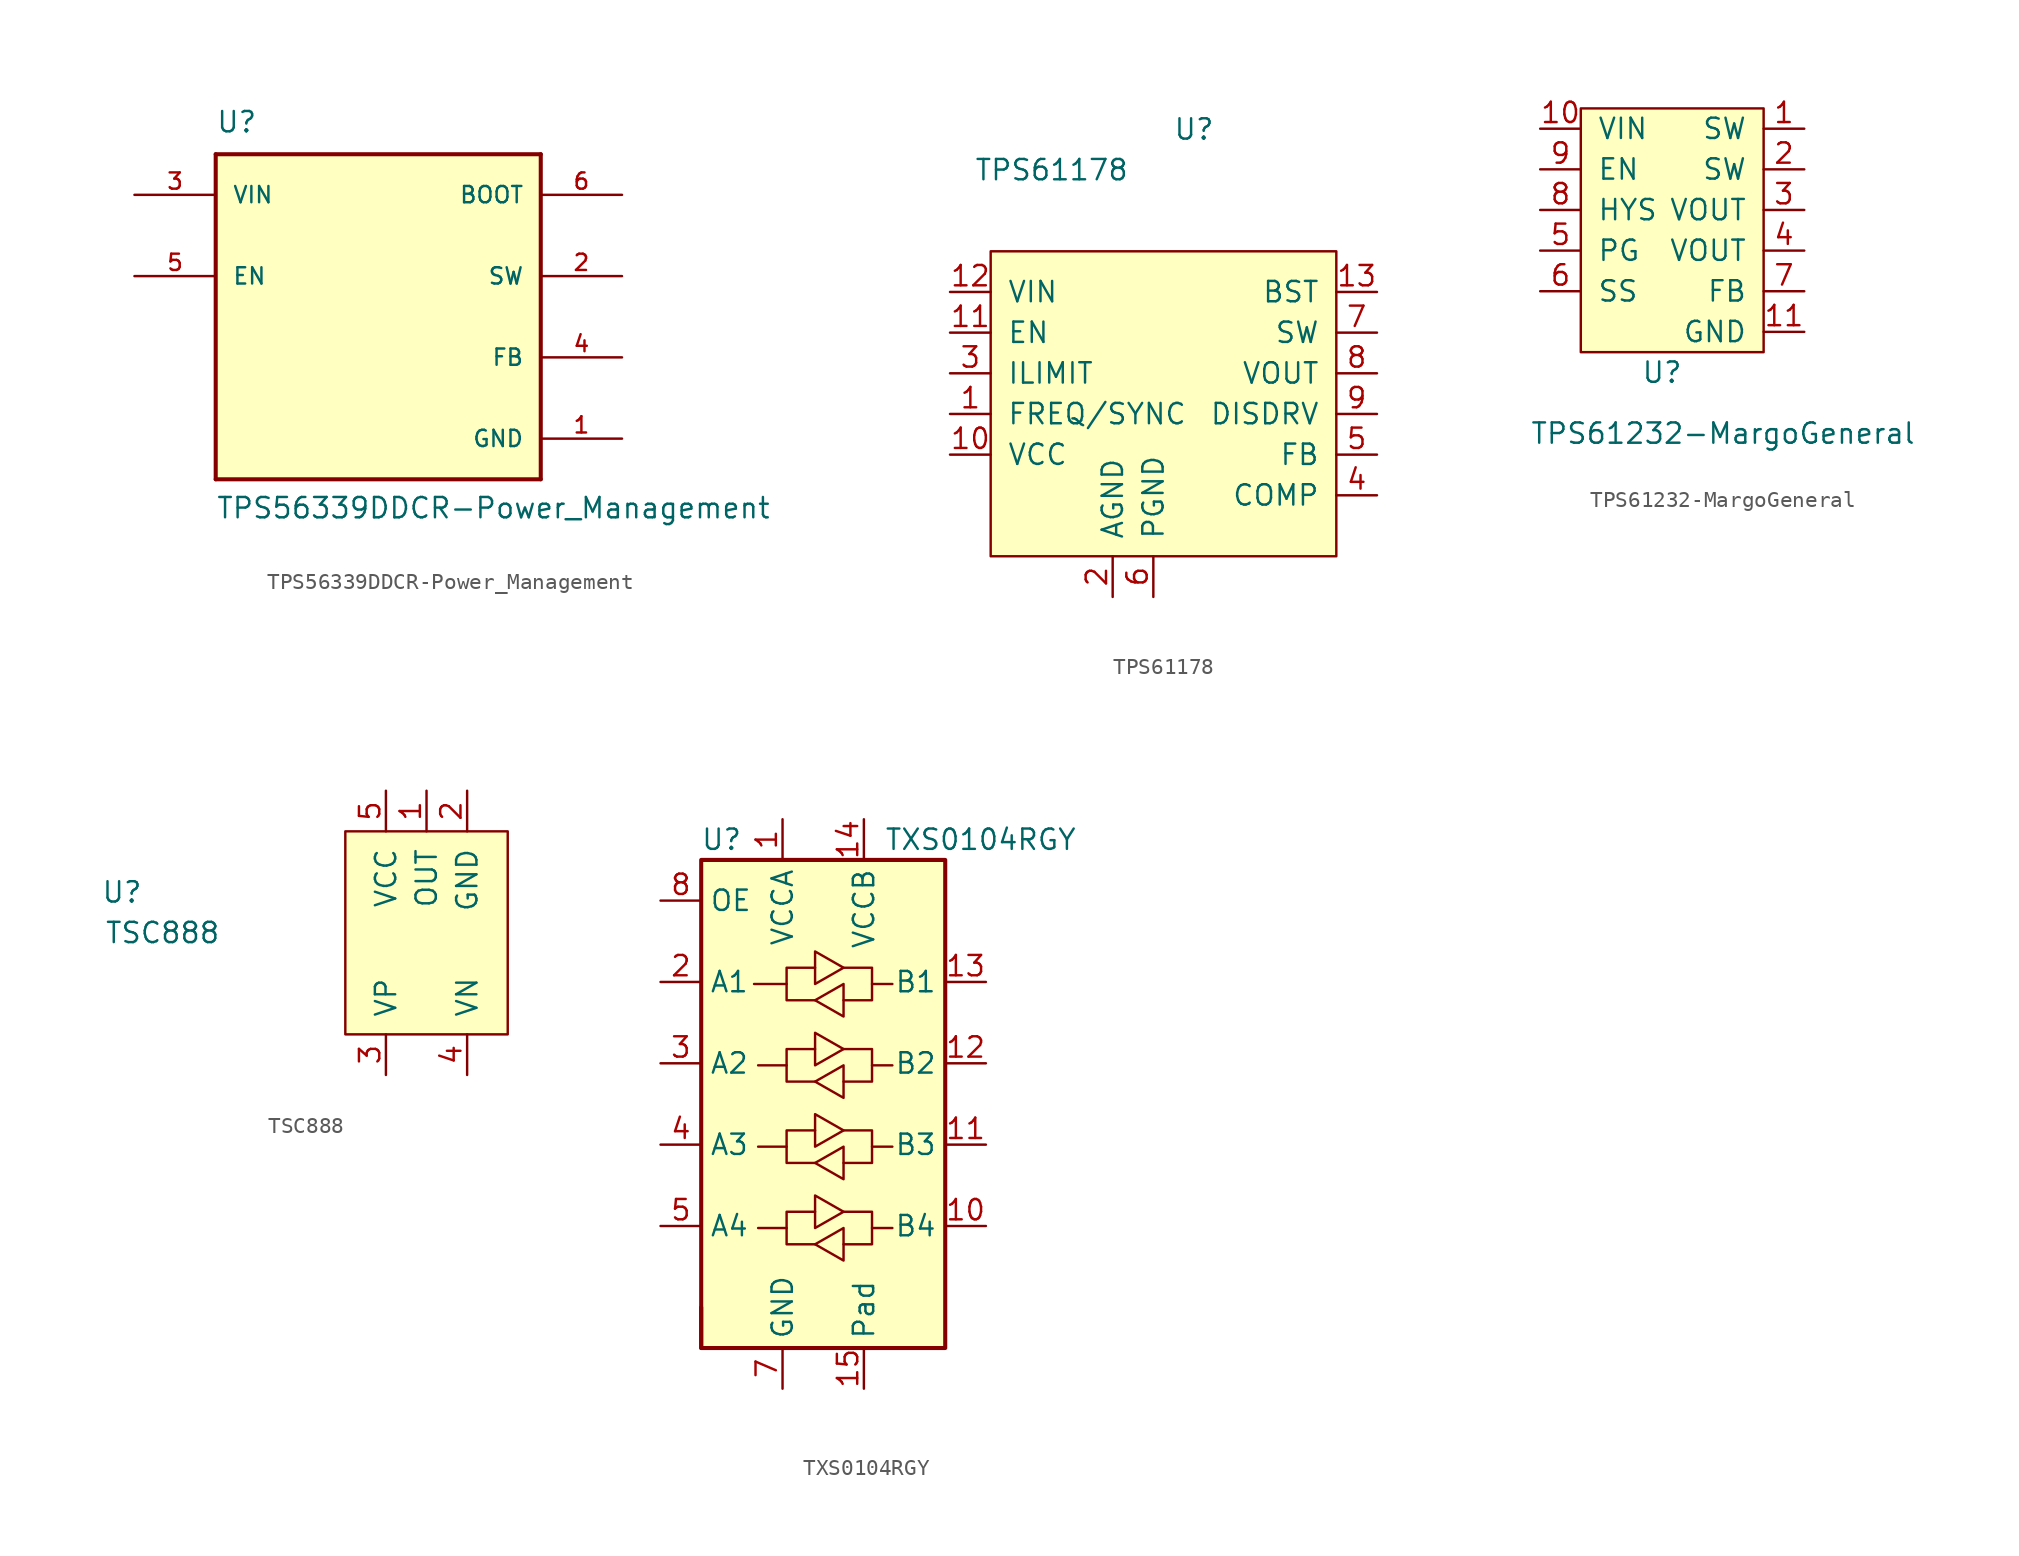
<source format=kicad_sym>
(kicad_symbol_lib
  (version 20211014)
  (generator kicad_symbol_editor)
  (symbol "TPS56339DDCR-Power_Management"
    (pin_names
      (offset 1.016))
    (property "Reference" "U"
      (at -10.16 11.43 0)
      (effects (font (size 1.27 1.27)) (justify left bottom)))
    (property "Value" "TPS56339DDCR-Power_Management"
      (at -10.16 -12.7 0)
      (effects (font (size 1.27 1.27)) (justify left bottom)))
    (symbol "TPS56339DDCR-Power_Management_0_0"
      (polyline (pts (xy -10.16 -10.16) (xy -10.16 10.16)) (stroke (width 0.254) (type default) (color 0 0 0 0)) (fill (type none)))
      (polyline (pts (xy -10.16 10.16) (xy 10.16 10.16)) (stroke (width 0.254) (type default) (color 0 0 0 0)) (fill (type none)))
      (polyline (pts (xy 10.16 -10.16) (xy -10.16 -10.16)) (stroke (width 0.254) (type default) (color 0 0 0 0)) (fill (type none)))
      (polyline (pts (xy 10.16 10.16) (xy 10.16 -10.16)) (stroke (width 0.254) (type default) (color 0 0 0 0)) (fill (type none)))
      (pin power_in line (at 15.24 -7.62 180) (length 5.08) (name "GND" (effects (font (size 1.016 1.016)))) (number "1" (effects (font (size 1.016 1.016)))))
      (pin output line (at 15.24 2.54 180) (length 5.08) (name "SW" (effects (font (size 1.016 1.016)))) (number "2" (effects (font (size 1.016 1.016)))))
      (pin input line (at -15.24 7.62 0) (length 5.08) (name "VIN" (effects (font (size 1.016 1.016)))) (number "3" (effects (font (size 1.016 1.016)))))
      (pin input line (at 15.24 -2.54 180) (length 5.08) (name "FB" (effects (font (size 1.016 1.016)))) (number "4" (effects (font (size 1.016 1.016)))))
      (pin input line (at -15.24 2.54 0) (length 5.08) (name "EN" (effects (font (size 1.016 1.016)))) (number "5" (effects (font (size 1.016 1.016)))))
      (pin output line (at 15.24 7.62 180) (length 5.08) (name "BOOT" (effects (font (size 1.016 1.016)))) (number "6" (effects (font (size 1.016 1.016))))))
    (symbol "TPS56339DDCR-Power_Management_1_1"
      (rectangle (start -10.16 -10.16) (end 10.16 10.16) (stroke (width 0) (type default) (color 0 0 0 0)) (fill (type background)))))
  (symbol "TPS61178"
    (pin_names
      (offset 1.016))
    (property "Reference" "U"
      (at 12.7 26.67 0)
      (effects (font (size 1.27 1.27))))
    (property "Value" "TPS61178"
      (at 3.81 24.13 0)
      (effects (font (size 1.27 1.27))))
    (symbol "TPS61178_0_1"
      (rectangle (start 0 0) (end 21.59 19.05) (stroke (width 0) (type default) (color 0 0 0 0)) (fill (type background))))
    (symbol "TPS61178_1_1"
      (pin input line (at -2.54 8.89 0) (length 2.54) (name "FREQ/SYNC" (effects (font (size 1.27 1.27)))) (number "1" (effects (font (size 1.27 1.27)))))
      (pin input line (at -2.54 6.35 0) (length 2.54) (name "VCC" (effects (font (size 1.27 1.27)))) (number "10" (effects (font (size 1.27 1.27)))))
      (pin input line (at -2.54 13.97 0) (length 2.54) (name "EN" (effects (font (size 1.27 1.27)))) (number "11" (effects (font (size 1.27 1.27)))))
      (pin input line (at -2.54 16.51 0) (length 2.54) (name "VIN" (effects (font (size 1.27 1.27)))) (number "12" (effects (font (size 1.27 1.27)))))
      (pin input line (at 24.13 16.51 180) (length 2.54) (name "BST" (effects (font (size 1.27 1.27)))) (number "13" (effects (font (size 1.27 1.27)))))
      (pin input line (at 7.62 -2.54 90) (length 2.54) (name "AGND" (effects (font (size 1.27 1.27)))) (number "2" (effects (font (size 1.27 1.27)))))
      (pin input line (at -2.54 11.43 0) (length 2.54) (name "ILIMIT" (effects (font (size 1.27 1.27)))) (number "3" (effects (font (size 1.27 1.27)))))
      (pin input line (at 24.13 3.81 180) (length 2.54) (name "COMP" (effects (font (size 1.27 1.27)))) (number "4" (effects (font (size 1.27 1.27)))))
      (pin input line (at 24.13 6.35 180) (length 2.54) (name "FB" (effects (font (size 1.27 1.27)))) (number "5" (effects (font (size 1.27 1.27)))))
      (pin input line (at 10.16 -2.54 90) (length 2.54) (name "PGND" (effects (font (size 1.27 1.27)))) (number "6" (effects (font (size 1.27 1.27)))))
      (pin input line (at 24.13 13.97 180) (length 2.54) (name "SW" (effects (font (size 1.27 1.27)))) (number "7" (effects (font (size 1.27 1.27)))))
      (pin input line (at 24.13 11.43 180) (length 2.54) (name "VOUT" (effects (font (size 1.27 1.27)))) (number "8" (effects (font (size 1.27 1.27)))))
      (pin input line (at 24.13 8.89 180) (length 2.54) (name "DISDRV" (effects (font (size 1.27 1.27)))) (number "9" (effects (font (size 1.27 1.27)))))))
  (symbol "TPS61232-MargoGeneral"
    (pin_names
      (offset 1.016))
    (property "Reference" "U"
      (at 5.08 -1.27 0)
      (effects (font (size 1.27 1.27))))
    (property "Value" "TPS61232-MargoGeneral"
      (at 8.89 -5.08 0)
      (effects (font (size 1.27 1.27))))
    (symbol "TPS61232-MargoGeneral_0_1"
      (rectangle (start 0 0) (end 11.43 15.24) (stroke (width 0) (type default) (color 0 0 0 0)) (fill (type background))))
    (symbol "TPS61232-MargoGeneral_1_1"
      (pin input line (at 13.97 13.97 180) (length 2.54) (name "SW" (effects (font (size 1.27 1.27)))) (number "1" (effects (font (size 1.27 1.27)))))
      (pin input line (at -2.54 13.97 0) (length 2.54) (name "VIN" (effects (font (size 1.27 1.27)))) (number "10" (effects (font (size 1.27 1.27)))))
      (pin input line (at 13.97 1.27 180) (length 2.54) (name "GND" (effects (font (size 1.27 1.27)))) (number "11" (effects (font (size 1.27 1.27)))))
      (pin input line (at 13.97 11.43 180) (length 2.54) (name "SW" (effects (font (size 1.27 1.27)))) (number "2" (effects (font (size 1.27 1.27)))))
      (pin input line (at 13.97 8.89 180) (length 2.54) (name "VOUT" (effects (font (size 1.27 1.27)))) (number "3" (effects (font (size 1.27 1.27)))))
      (pin input line (at 13.97 6.35 180) (length 2.54) (name "VOUT" (effects (font (size 1.27 1.27)))) (number "4" (effects (font (size 1.27 1.27)))))
      (pin input line (at -2.54 6.35 0) (length 2.54) (name "PG" (effects (font (size 1.27 1.27)))) (number "5" (effects (font (size 1.27 1.27)))))
      (pin input line (at -2.54 3.81 0) (length 2.54) (name "SS" (effects (font (size 1.27 1.27)))) (number "6" (effects (font (size 1.27 1.27)))))
      (pin input line (at 13.97 3.81 180) (length 2.54) (name "FB" (effects (font (size 1.27 1.27)))) (number "7" (effects (font (size 1.27 1.27)))))
      (pin input line (at -2.54 8.89 0) (length 2.54) (name "HYS" (effects (font (size 1.27 1.27)))) (number "8" (effects (font (size 1.27 1.27)))))
      (pin input line (at -2.54 11.43 0) (length 2.54) (name "EN" (effects (font (size 1.27 1.27)))) (number "9" (effects (font (size 1.27 1.27)))))))
  (symbol "TSC888"
    (pin_names
      (offset 1.016))
    (property "Reference" "U"
      (at -13.97 8.89 0)
      (effects (font (size 1.27 1.27))))
    (property "Value" "TSC888"
      (at -11.43 6.35 0)
      (effects (font (size 1.27 1.27))))
    (symbol "TSC888_0_1"
      (rectangle (start 0 0) (end 10.16 12.7) (stroke (width 0) (type default) (color 0 0 0 0)) (fill (type background))))
    (symbol "TSC888_1_1"
      (pin input line (at 5.08 15.24 270) (length 2.54) (name "OUT" (effects (font (size 1.27 1.27)))) (number "1" (effects (font (size 1.27 1.27)))))
      (pin input line (at 7.62 15.24 270) (length 2.54) (name "GND" (effects (font (size 1.27 1.27)))) (number "2" (effects (font (size 1.27 1.27)))))
      (pin input line (at 2.54 -2.54 90) (length 2.54) (name "VP" (effects (font (size 1.27 1.27)))) (number "3" (effects (font (size 1.27 1.27)))))
      (pin input line (at 7.62 -2.54 90) (length 2.54) (name "VN" (effects (font (size 1.27 1.27)))) (number "4" (effects (font (size 1.27 1.27)))))
      (pin input line (at 2.54 15.24 270) (length 2.54) (name "VCC" (effects (font (size 1.27 1.27)))) (number "5" (effects (font (size 1.27 1.27)))))))
  (symbol "TXS0104RGY"
    (property "Reference" "U"
      (at -6.35 16.51 0)
      (effects (font (size 1.27 1.27))))
    (property "Value" "TXS0104RGY"
      (at 3.81 16.51 0)
      (effects (font (size 1.27 1.27)) (justify left)))
    (symbol "TXS0104RGY_0_1"
      (rectangle (start -7.62 -15.24) (end -7.62 -12.7) (stroke (width 0.254) (type default) (color 0 0 0 0)) (fill (type none)))
      (rectangle (start -7.62 15.24) (end 7.62 -15.24) (stroke (width 0.254) (type default) (color 0 0 0 0)) (fill (type background)))
      (polyline (pts (xy -2.286 -7.747) (xy -2.286 -6.731) (xy -0.508 -6.731)) (stroke (width 0) (type default) (color 0 0 0 0)) (fill (type none)))
      (polyline (pts (xy -2.286 -2.667) (xy -2.286 -1.651) (xy -0.508 -1.651)) (stroke (width 0) (type default) (color 0 0 0 0)) (fill (type none)))
      (polyline (pts (xy -2.286 2.413) (xy -2.286 3.429) (xy -0.508 3.429)) (stroke (width 0) (type default) (color 0 0 0 0)) (fill (type none)))
      (polyline (pts (xy -2.286 7.493) (xy -2.286 8.509) (xy -0.508 8.509)) (stroke (width 0) (type default) (color 0 0 0 0)) (fill (type none)))
      (polyline (pts (xy 3.048 -7.747) (xy 3.048 -8.763) (xy 1.27 -8.763)) (stroke (width 0) (type default) (color 0 0 0 0)) (fill (type none)))
      (polyline (pts (xy 3.048 -2.667) (xy 3.048 -3.683) (xy 1.27 -3.683)) (stroke (width 0) (type default) (color 0 0 0 0)) (fill (type none)))
      (polyline (pts (xy 3.048 2.413) (xy 3.048 1.397) (xy 1.27 1.397)) (stroke (width 0) (type default) (color 0 0 0 0)) (fill (type none)))
      (polyline (pts (xy 3.048 7.493) (xy 3.048 6.477) (xy 1.27 6.477)) (stroke (width 0) (type default) (color 0 0 0 0)) (fill (type none)))
      (polyline (pts (xy -0.508 -8.763) (xy -2.286 -8.763) (xy -2.286 -7.747) (xy -4.064 -7.747)) (stroke (width 0) (type default) (color 0 0 0 0)) (fill (type none)))
      (polyline (pts (xy -0.508 -8.763) (xy 1.27 -7.747) (xy 1.27 -9.779) (xy -0.508 -8.763)) (stroke (width 0) (type default) (color 0 0 0 0)) (fill (type none)))
      (polyline (pts (xy -0.508 -3.683) (xy -2.286 -3.683) (xy -2.286 -2.667) (xy -4.064 -2.667)) (stroke (width 0) (type default) (color 0 0 0 0)) (fill (type none)))
      (polyline (pts (xy -0.508 -3.683) (xy 1.27 -2.667) (xy 1.27 -4.699) (xy -0.508 -3.683)) (stroke (width 0) (type default) (color 0 0 0 0)) (fill (type none)))
      (polyline (pts (xy -0.508 1.397) (xy -2.286 1.397) (xy -2.286 2.413) (xy -4.064 2.413)) (stroke (width 0) (type default) (color 0 0 0 0)) (fill (type none)))
      (polyline (pts (xy -0.508 1.397) (xy 1.27 2.413) (xy 1.27 0.381) (xy -0.508 1.397)) (stroke (width 0) (type default) (color 0 0 0 0)) (fill (type none)))
      (polyline (pts (xy -0.508 6.477) (xy -2.286 6.477) (xy -2.286 7.493) (xy -4.318 7.493)) (stroke (width 0) (type default) (color 0 0 0 0)) (fill (type none)))
      (polyline (pts (xy -0.508 6.477) (xy 1.27 7.493) (xy 1.27 5.461) (xy -0.508 6.477)) (stroke (width 0) (type default) (color 0 0 0 0)) (fill (type none)))
      (polyline (pts (xy 1.27 -6.731) (xy -0.508 -7.747) (xy -0.508 -5.715) (xy 1.27 -6.731)) (stroke (width 0) (type default) (color 0 0 0 0)) (fill (type none)))
      (polyline (pts (xy 1.27 -6.731) (xy 3.048 -6.731) (xy 3.048 -7.747) (xy 4.318 -7.747)) (stroke (width 0) (type default) (color 0 0 0 0)) (fill (type none)))
      (polyline (pts (xy 1.27 -1.651) (xy -0.508 -2.667) (xy -0.508 -0.635) (xy 1.27 -1.651)) (stroke (width 0) (type default) (color 0 0 0 0)) (fill (type none)))
      (polyline (pts (xy 1.27 -1.651) (xy 3.048 -1.651) (xy 3.048 -2.667) (xy 4.318 -2.667)) (stroke (width 0) (type default) (color 0 0 0 0)) (fill (type none)))
      (polyline (pts (xy 1.27 3.429) (xy -0.508 2.413) (xy -0.508 4.445) (xy 1.27 3.429)) (stroke (width 0) (type default) (color 0 0 0 0)) (fill (type none)))
      (polyline (pts (xy 1.27 3.429) (xy 3.048 3.429) (xy 3.048 2.413) (xy 4.318 2.413)) (stroke (width 0) (type default) (color 0 0 0 0)) (fill (type none)))
      (polyline (pts (xy 1.27 8.509) (xy -0.508 7.493) (xy -0.508 9.525) (xy 1.27 8.509)) (stroke (width 0) (type default) (color 0 0 0 0)) (fill (type none)))
      (polyline (pts (xy 1.27 8.509) (xy 3.048 8.509) (xy 3.048 7.493) (xy 4.318 7.493)) (stroke (width 0) (type default) (color 0 0 0 0)) (fill (type none))))
    (symbol "TXS0104RGY_1_1"
      (pin power_in line (at -2.54 17.78 270) (length 2.54) (name "VCCA" (effects (font (size 1.27 1.27)))) (number "1" (effects (font (size 1.27 1.27)))))
      (pin bidirectional line (at 10.16 -7.62 180) (length 2.54) (name "B4" (effects (font (size 1.27 1.27)))) (number "10" (effects (font (size 1.27 1.27)))))
      (pin bidirectional line (at 10.16 -2.54 180) (length 2.54) (name "B3" (effects (font (size 1.27 1.27)))) (number "11" (effects (font (size 1.27 1.27)))))
      (pin bidirectional line (at 10.16 2.54 180) (length 2.54) (name "B2" (effects (font (size 1.27 1.27)))) (number "12" (effects (font (size 1.27 1.27)))))
      (pin bidirectional line (at 10.16 7.62 180) (length 2.54) (name "B1" (effects (font (size 1.27 1.27)))) (number "13" (effects (font (size 1.27 1.27)))))
      (pin power_in line (at 2.54 17.78 270) (length 2.54) (name "VCCB" (effects (font (size 1.27 1.27)))) (number "14" (effects (font (size 1.27 1.27)))))
      (pin input line (at 2.54 -17.78 90) (length 2.54) (name "Pad" (effects (font (size 1.27 1.27)))) (number "15" (effects (font (size 1.27 1.27)))))
      (pin bidirectional line (at -10.16 7.62 0) (length 2.54) (name "A1" (effects (font (size 1.27 1.27)))) (number "2" (effects (font (size 1.27 1.27)))))
      (pin bidirectional line (at -10.16 2.54 0) (length 2.54) (name "A2" (effects (font (size 1.27 1.27)))) (number "3" (effects (font (size 1.27 1.27)))))
      (pin bidirectional line (at -10.16 -2.54 0) (length 2.54) (name "A3" (effects (font (size 1.27 1.27)))) (number "4" (effects (font (size 1.27 1.27)))))
      (pin bidirectional line (at -10.16 -7.62 0) (length 2.54) (name "A4" (effects (font (size 1.27 1.27)))) (number "5" (effects (font (size 1.27 1.27)))))
      (pin no_connect line (at -10.16 -12.7 0) (length 2.54) hide (name "NC" (effects (font (size 1.27 1.27)))) (number "6" (effects (font (size 1.27 1.27)))))
      (pin power_in line (at -2.54 -17.78 90) (length 2.54) (name "GND" (effects (font (size 1.27 1.27)))) (number "7" (effects (font (size 1.27 1.27)))))
      (pin input line (at -10.16 12.7 0) (length 2.54) (name "OE" (effects (font (size 1.27 1.27)))) (number "8" (effects (font (size 1.27 1.27)))))
      (pin no_connect line (at 10.16 -12.7 180) (length 2.54) hide (name "NC" (effects (font (size 1.27 1.27)))) (number "9" (effects (font (size 1.27 1.27))))))))
</source>
